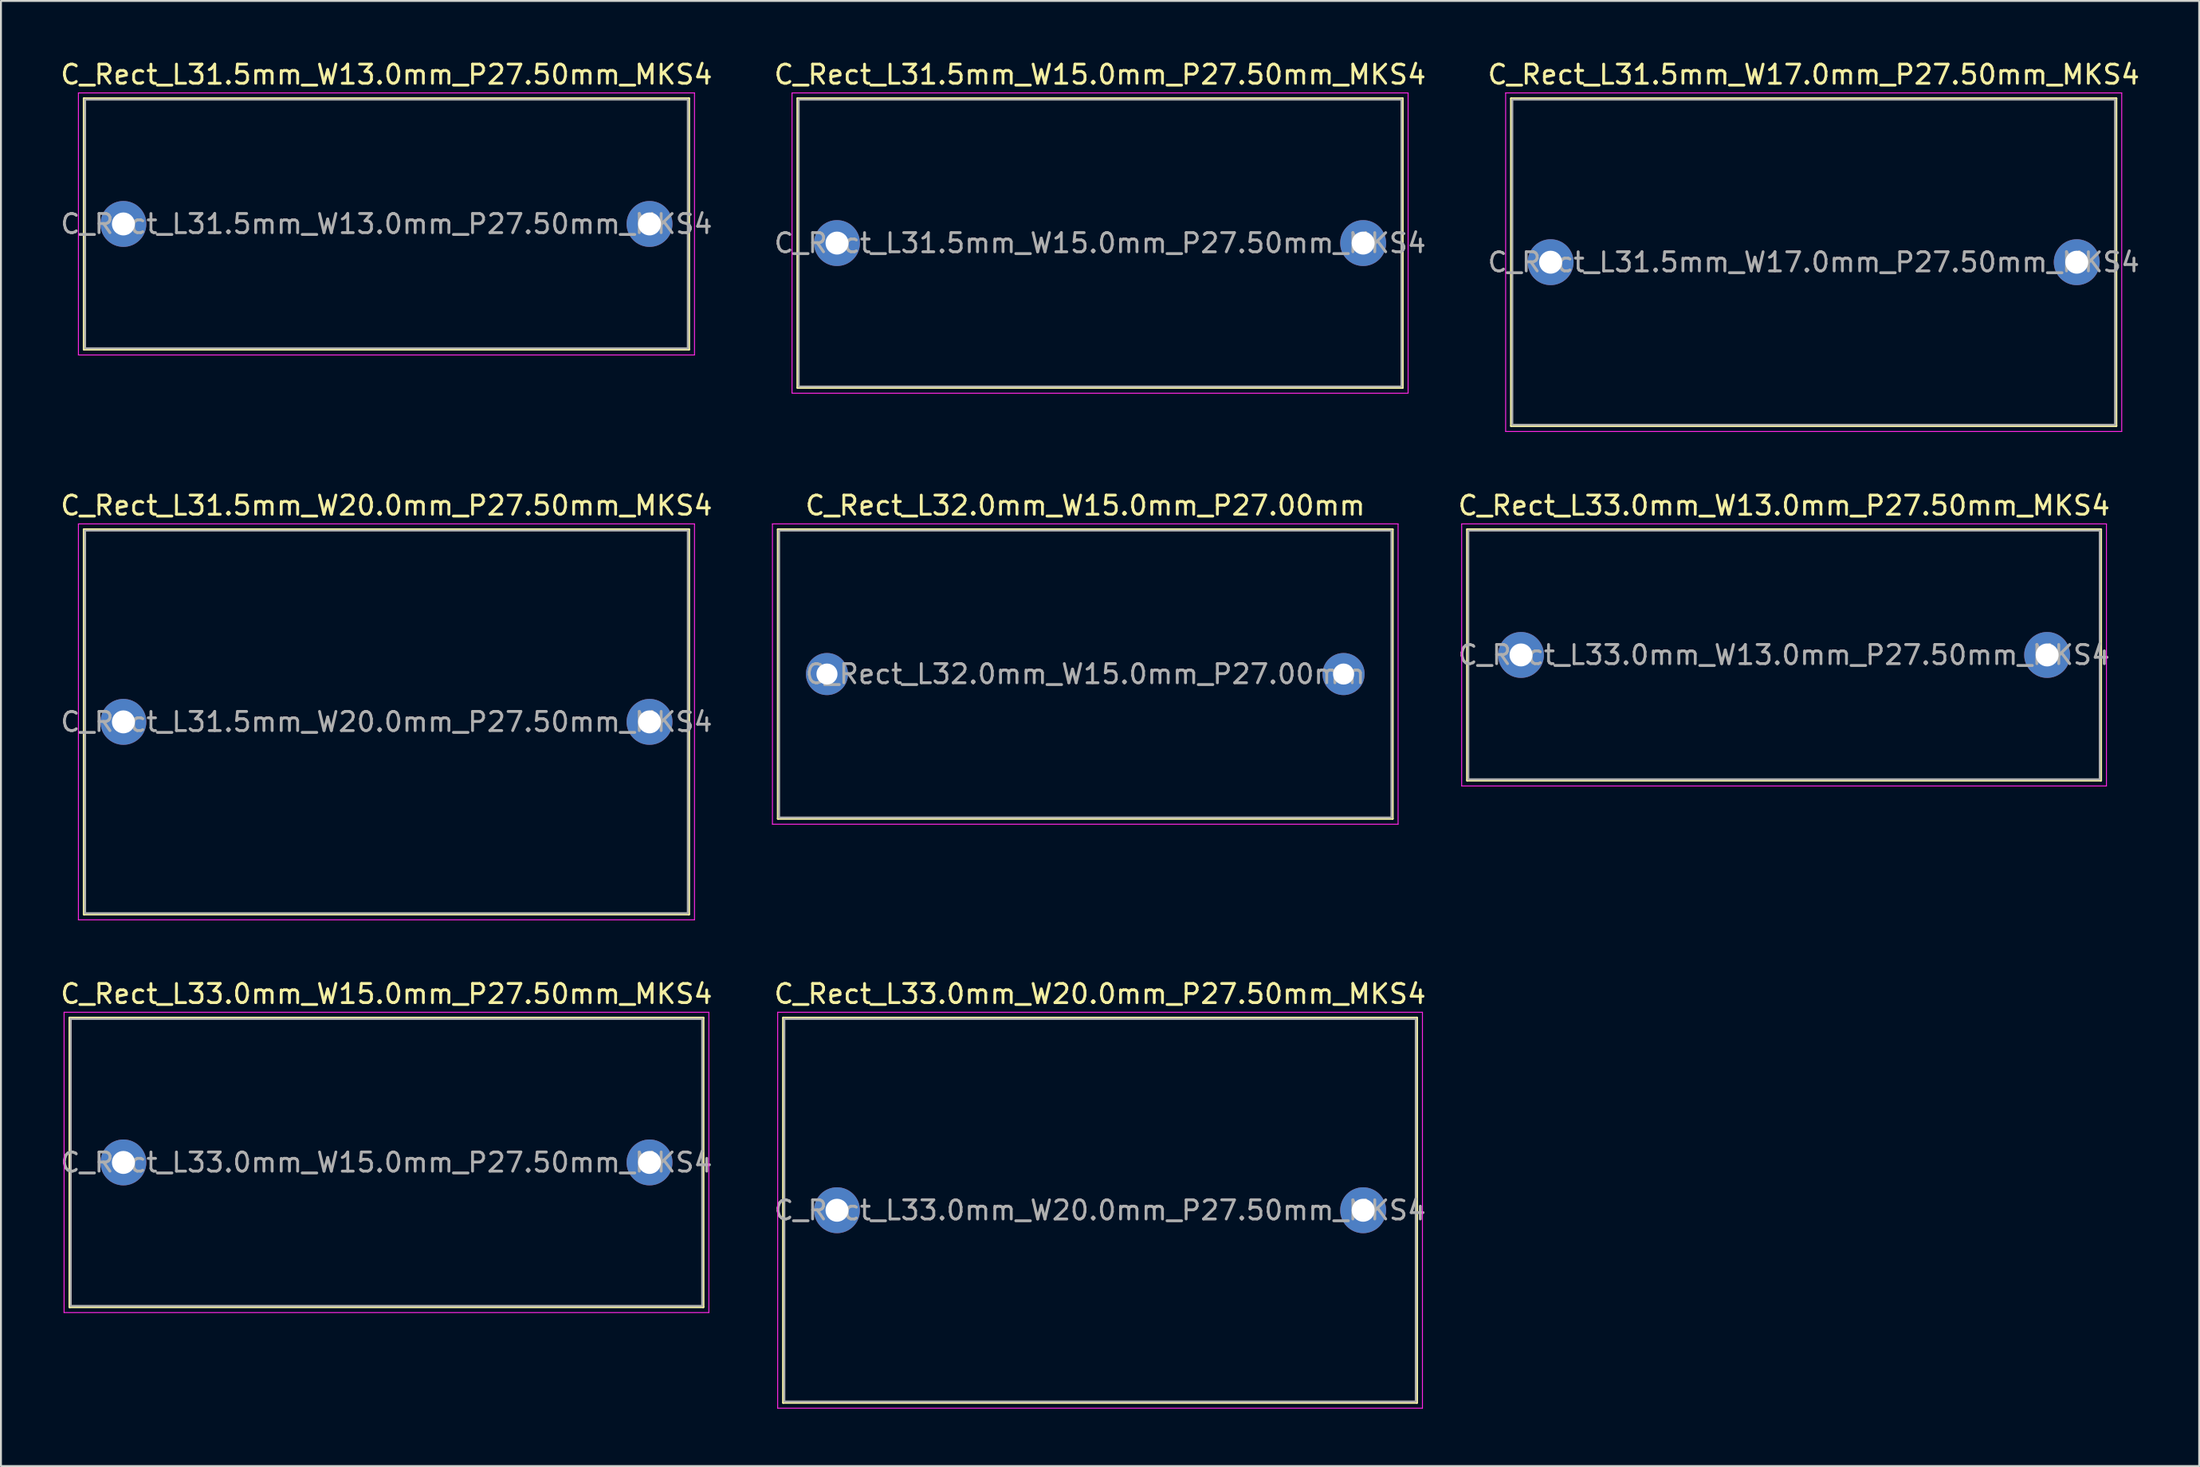
<source format=kicad_pcb>
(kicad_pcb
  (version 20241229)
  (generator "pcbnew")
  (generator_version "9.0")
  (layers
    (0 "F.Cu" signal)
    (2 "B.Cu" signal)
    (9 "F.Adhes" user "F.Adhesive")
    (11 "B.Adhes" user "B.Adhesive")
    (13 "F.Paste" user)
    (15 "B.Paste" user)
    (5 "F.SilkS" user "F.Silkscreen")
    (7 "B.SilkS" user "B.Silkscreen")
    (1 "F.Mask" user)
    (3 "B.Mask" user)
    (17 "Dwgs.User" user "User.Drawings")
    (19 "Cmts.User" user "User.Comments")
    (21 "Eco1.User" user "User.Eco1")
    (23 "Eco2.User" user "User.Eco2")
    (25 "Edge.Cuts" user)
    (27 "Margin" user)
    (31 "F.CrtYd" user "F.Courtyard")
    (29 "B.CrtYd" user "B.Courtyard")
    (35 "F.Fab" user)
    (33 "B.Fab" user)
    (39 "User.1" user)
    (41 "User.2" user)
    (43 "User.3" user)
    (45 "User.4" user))
  (footprint "C_Rect_L32.0mm_W15.0mm_P27.00mm"
    (layer "F.Cu")
    (at 40.173 32.191)
    (property "Reference" "C_Rect_L32.0mm_W15.0mm_P27.00mm" (at 13.5 -8.81 0) (layer "F.SilkS") (effects (font (size 1 1) (thickness 0.15))))
    (attr through_hole)
    (fp_line (start -2.56 -7.56) (end -2.56 7.56) (stroke (width 0.12) (type solid)) (layer "F.SilkS"))
    (fp_line (start -2.56 -7.56) (end 29.56 -7.56) (stroke (width 0.12) (type solid)) (layer "F.SilkS"))
    (fp_line (start -2.56 7.56) (end 29.56 7.56) (stroke (width 0.12) (type solid)) (layer "F.SilkS"))
    (fp_line (start 29.56 -7.56) (end 29.56 7.56) (stroke (width 0.12) (type solid)) (layer "F.SilkS"))
    (fp_line (start -2.85 -7.85) (end -2.85 7.85) (stroke (width 0.05) (type solid)) (layer "F.CrtYd"))
    (fp_line (start -2.85 7.85) (end 29.85 7.85) (stroke (width 0.05) (type solid)) (layer "F.CrtYd"))
    (fp_line (start 29.85 -7.85) (end -2.85 -7.85) (stroke (width 0.05) (type solid)) (layer "F.CrtYd"))
    (fp_line (start 29.85 7.85) (end 29.85 -7.85) (stroke (width 0.05) (type solid)) (layer "F.CrtYd"))
    (fp_line (start -2.5 -7.5) (end -2.5 7.5) (stroke (width 0.1) (type solid)) (layer "F.Fab"))
    (fp_line (start -2.5 7.5) (end 29.5 7.5) (stroke (width 0.1) (type solid)) (layer "F.Fab"))
    (fp_line (start 29.5 -7.5) (end -2.5 -7.5) (stroke (width 0.1) (type solid)) (layer "F.Fab"))
    (fp_line (start 29.5 7.5) (end 29.5 -7.5) (stroke (width 0.1) (type solid)) (layer "F.Fab"))
    (fp_text user "${REFERENCE}" (at 13.5 0 0) (layer "F.Fab") (effects (font (size 1 1) (thickness 0.15))))
    (pad "1" thru_hole circle (at 0 0) (size 2.2 2.2) (drill 1.1) (layers "*.Cu" "*.Mask"))
    (pad "2" thru_hole circle (at 27 0) (size 2.2 2.2) (drill 1.1) (layers "*.Cu" "*.Mask")))
  (footprint "C_Rect_L33.0mm_W20.0mm_P27.50mm_MKS4"
    (layer "F.Cu")
    (at 40.696 60.225)
    (property "Reference" "C_Rect_L33.0mm_W20.0mm_P27.50mm_MKS4" (at 13.75 -11.31 0) (layer "F.SilkS") (effects (font (size 1 1) (thickness 0.15))))
    (attr through_hole)
    (fp_line (start -2.81 -10.06) (end -2.81 10.06) (stroke (width 0.12) (type solid)) (layer "F.SilkS"))
    (fp_line (start -2.81 -10.06) (end 30.31 -10.06) (stroke (width 0.12) (type solid)) (layer "F.SilkS"))
    (fp_line (start -2.81 10.06) (end 30.31 10.06) (stroke (width 0.12) (type solid)) (layer "F.SilkS"))
    (fp_line (start 30.31 -10.06) (end 30.31 10.06) (stroke (width 0.12) (type solid)) (layer "F.SilkS"))
    (fp_line (start -3.1 -10.35) (end -3.1 10.35) (stroke (width 0.05) (type solid)) (layer "F.CrtYd"))
    (fp_line (start -3.1 10.35) (end 30.6 10.35) (stroke (width 0.05) (type solid)) (layer "F.CrtYd"))
    (fp_line (start 30.6 -10.35) (end -3.1 -10.35) (stroke (width 0.05) (type solid)) (layer "F.CrtYd"))
    (fp_line (start 30.6 10.35) (end 30.6 -10.35) (stroke (width 0.05) (type solid)) (layer "F.CrtYd"))
    (fp_line (start -2.75 -10) (end -2.75 10) (stroke (width 0.1) (type solid)) (layer "F.Fab"))
    (fp_line (start -2.75 10) (end 30.25 10) (stroke (width 0.1) (type solid)) (layer "F.Fab"))
    (fp_line (start 30.25 -10) (end -2.75 -10) (stroke (width 0.1) (type solid)) (layer "F.Fab"))
    (fp_line (start 30.25 10) (end 30.25 -10) (stroke (width 0.1) (type solid)) (layer "F.Fab"))
    (fp_text user "${REFERENCE}" (at 13.75 0 0) (layer "F.Fab") (effects (font (size 1 1) (thickness 0.15))))
    (pad "1" thru_hole circle (at 0 0) (size 2.4 2.4) (drill 1.2) (layers "*.Cu" "*.Mask"))
    (pad "2" thru_hole circle (at 27.5 0) (size 2.4 2.4) (drill 1.2) (layers "*.Cu" "*.Mask")))
  (footprint "C_Rect_L33.0mm_W13.0mm_P27.50mm_MKS4"
    (layer "F.Cu")
    (at 76.446 31.192)
    (property "Reference" "C_Rect_L33.0mm_W13.0mm_P27.50mm_MKS4" (at 13.75 -7.81 0) (layer "F.SilkS") (effects (font (size 1 1) (thickness 0.15))))
    (attr through_hole)
    (fp_line (start -2.81 -6.56) (end -2.81 6.56) (stroke (width 0.12) (type solid)) (layer "F.SilkS"))
    (fp_line (start -2.81 -6.56) (end 30.31 -6.56) (stroke (width 0.12) (type solid)) (layer "F.SilkS"))
    (fp_line (start -2.81 6.56) (end 30.31 6.56) (stroke (width 0.12) (type solid)) (layer "F.SilkS"))
    (fp_line (start 30.31 -6.56) (end 30.31 6.56) (stroke (width 0.12) (type solid)) (layer "F.SilkS"))
    (fp_line (start -3.1 -6.85) (end -3.1 6.85) (stroke (width 0.05) (type solid)) (layer "F.CrtYd"))
    (fp_line (start -3.1 6.85) (end 30.6 6.85) (stroke (width 0.05) (type solid)) (layer "F.CrtYd"))
    (fp_line (start 30.6 -6.85) (end -3.1 -6.85) (stroke (width 0.05) (type solid)) (layer "F.CrtYd"))
    (fp_line (start 30.6 6.85) (end 30.6 -6.85) (stroke (width 0.05) (type solid)) (layer "F.CrtYd"))
    (fp_line (start -2.75 -6.5) (end -2.75 6.5) (stroke (width 0.1) (type solid)) (layer "F.Fab"))
    (fp_line (start -2.75 6.5) (end 30.25 6.5) (stroke (width 0.1) (type solid)) (layer "F.Fab"))
    (fp_line (start 30.25 -6.5) (end -2.75 -6.5) (stroke (width 0.1) (type solid)) (layer "F.Fab"))
    (fp_line (start 30.25 6.5) (end 30.25 -6.5) (stroke (width 0.1) (type solid)) (layer "F.Fab"))
    (fp_text user "${REFERENCE}" (at 13.75 0 0) (layer "F.Fab") (effects (font (size 1 1) (thickness 0.15))))
    (pad "1" thru_hole circle (at 0 0) (size 2.4 2.4) (drill 1.2) (layers "*.Cu" "*.Mask"))
    (pad "2" thru_hole circle (at 27.5 0) (size 2.4 2.4) (drill 1.2) (layers "*.Cu" "*.Mask")))
  (footprint "C_Rect_L31.5mm_W20.0mm_P27.50mm_MKS4"
    (layer "F.Cu")
    (at 3.399 34.691)
    (property "Reference" "C_Rect_L31.5mm_W20.0mm_P27.50mm_MKS4" (at 13.75 -11.31 0) (layer "F.SilkS") (effects (font (size 1 1) (thickness 0.15))))
    (attr through_hole)
    (fp_line (start -2.06 -10.06) (end -2.06 10.06) (stroke (width 0.12) (type solid)) (layer "F.SilkS"))
    (fp_line (start -2.06 -10.06) (end 29.56 -10.06) (stroke (width 0.12) (type solid)) (layer "F.SilkS"))
    (fp_line (start -2.06 10.06) (end 29.56 10.06) (stroke (width 0.12) (type solid)) (layer "F.SilkS"))
    (fp_line (start 29.56 -10.06) (end 29.56 10.06) (stroke (width 0.12) (type solid)) (layer "F.SilkS"))
    (fp_line (start -2.35 -10.35) (end -2.35 10.35) (stroke (width 0.05) (type solid)) (layer "F.CrtYd"))
    (fp_line (start -2.35 10.35) (end 29.85 10.35) (stroke (width 0.05) (type solid)) (layer "F.CrtYd"))
    (fp_line (start 29.85 -10.35) (end -2.35 -10.35) (stroke (width 0.05) (type solid)) (layer "F.CrtYd"))
    (fp_line (start 29.85 10.35) (end 29.85 -10.35) (stroke (width 0.05) (type solid)) (layer "F.CrtYd"))
    (fp_line (start -2 -10) (end -2 10) (stroke (width 0.1) (type solid)) (layer "F.Fab"))
    (fp_line (start -2 10) (end 29.5 10) (stroke (width 0.1) (type solid)) (layer "F.Fab"))
    (fp_line (start 29.5 -10) (end -2 -10) (stroke (width 0.1) (type solid)) (layer "F.Fab"))
    (fp_line (start 29.5 10) (end 29.5 -10) (stroke (width 0.1) (type solid)) (layer "F.Fab"))
    (fp_text user "${REFERENCE}" (at 13.75 0 0) (layer "F.Fab") (effects (font (size 1 1) (thickness 0.15))))
    (pad "1" thru_hole circle (at 0 0) (size 2.4 2.4) (drill 1.2) (layers "*.Cu" "*.Mask"))
    (pad "2" thru_hole circle (at 27.5 0) (size 2.4 2.4) (drill 1.2) (layers "*.Cu" "*.Mask")))
  (footprint "C_Rect_L31.5mm_W17.0mm_P27.50mm_MKS4"
    (layer "F.Cu")
    (at 77.994 10.658)
    (property "Reference" "C_Rect_L31.5mm_W17.0mm_P27.50mm_MKS4" (at 13.75 -9.81 0) (layer "F.SilkS") (effects (font (size 1 1) (thickness 0.15))))
    (attr through_hole)
    (fp_line (start -2.06 -8.56) (end -2.06 8.56) (stroke (width 0.12) (type solid)) (layer "F.SilkS"))
    (fp_line (start -2.06 -8.56) (end 29.56 -8.56) (stroke (width 0.12) (type solid)) (layer "F.SilkS"))
    (fp_line (start -2.06 8.56) (end 29.56 8.56) (stroke (width 0.12) (type solid)) (layer "F.SilkS"))
    (fp_line (start 29.56 -8.56) (end 29.56 8.56) (stroke (width 0.12) (type solid)) (layer "F.SilkS"))
    (fp_line (start -2.35 -8.85) (end -2.35 8.85) (stroke (width 0.05) (type solid)) (layer "F.CrtYd"))
    (fp_line (start -2.35 8.85) (end 29.85 8.85) (stroke (width 0.05) (type solid)) (layer "F.CrtYd"))
    (fp_line (start 29.85 -8.85) (end -2.35 -8.85) (stroke (width 0.05) (type solid)) (layer "F.CrtYd"))
    (fp_line (start 29.85 8.85) (end 29.85 -8.85) (stroke (width 0.05) (type solid)) (layer "F.CrtYd"))
    (fp_line (start -2 -8.5) (end -2 8.5) (stroke (width 0.1) (type solid)) (layer "F.Fab"))
    (fp_line (start -2 8.5) (end 29.5 8.5) (stroke (width 0.1) (type solid)) (layer "F.Fab"))
    (fp_line (start 29.5 -8.5) (end -2 -8.5) (stroke (width 0.1) (type solid)) (layer "F.Fab"))
    (fp_line (start 29.5 8.5) (end 29.5 -8.5) (stroke (width 0.1) (type solid)) (layer "F.Fab"))
    (fp_text user "${REFERENCE}" (at 13.75 0 0) (layer "F.Fab") (effects (font (size 1 1) (thickness 0.15))))
    (pad "1" thru_hole circle (at 0 0) (size 2.4 2.4) (drill 1.2) (layers "*.Cu" "*.Mask"))
    (pad "2" thru_hole circle (at 27.5 0) (size 2.4 2.4) (drill 1.2) (layers "*.Cu" "*.Mask")))
  (footprint "C_Rect_L31.5mm_W13.0mm_P27.50mm_MKS4"
    (layer "F.Cu")
    (at 3.399 8.658)
    (property "Reference" "C_Rect_L31.5mm_W13.0mm_P27.50mm_MKS4" (at 13.75 -7.81 0) (layer "F.SilkS") (effects (font (size 1 1) (thickness 0.15))))
    (attr through_hole)
    (fp_line (start -2.06 -6.56) (end -2.06 6.56) (stroke (width 0.12) (type solid)) (layer "F.SilkS"))
    (fp_line (start -2.06 -6.56) (end 29.56 -6.56) (stroke (width 0.12) (type solid)) (layer "F.SilkS"))
    (fp_line (start -2.06 6.56) (end 29.56 6.56) (stroke (width 0.12) (type solid)) (layer "F.SilkS"))
    (fp_line (start 29.56 -6.56) (end 29.56 6.56) (stroke (width 0.12) (type solid)) (layer "F.SilkS"))
    (fp_line (start -2.35 -6.85) (end -2.35 6.85) (stroke (width 0.05) (type solid)) (layer "F.CrtYd"))
    (fp_line (start -2.35 6.85) (end 29.85 6.85) (stroke (width 0.05) (type solid)) (layer "F.CrtYd"))
    (fp_line (start 29.85 -6.85) (end -2.35 -6.85) (stroke (width 0.05) (type solid)) (layer "F.CrtYd"))
    (fp_line (start 29.85 6.85) (end 29.85 -6.85) (stroke (width 0.05) (type solid)) (layer "F.CrtYd"))
    (fp_line (start -2 -6.5) (end -2 6.5) (stroke (width 0.1) (type solid)) (layer "F.Fab"))
    (fp_line (start -2 6.5) (end 29.5 6.5) (stroke (width 0.1) (type solid)) (layer "F.Fab"))
    (fp_line (start 29.5 -6.5) (end -2 -6.5) (stroke (width 0.1) (type solid)) (layer "F.Fab"))
    (fp_line (start 29.5 6.5) (end 29.5 -6.5) (stroke (width 0.1) (type solid)) (layer "F.Fab"))
    (fp_text user "${REFERENCE}" (at 13.75 0 0) (layer "F.Fab") (effects (font (size 1 1) (thickness 0.15))))
    (pad "1" thru_hole circle (at 0 0) (size 2.4 2.4) (drill 1.2) (layers "*.Cu" "*.Mask"))
    (pad "2" thru_hole circle (at 27.5 0) (size 2.4 2.4) (drill 1.2) (layers "*.Cu" "*.Mask")))
  (footprint "C_Rect_L33.0mm_W15.0mm_P27.50mm_MKS4"
    (layer "F.Cu")
    (at 3.399 57.725)
    (property "Reference" "C_Rect_L33.0mm_W15.0mm_P27.50mm_MKS4" (at 13.75 -8.81 0) (layer "F.SilkS") (effects (font (size 1 1) (thickness 0.15))))
    (attr through_hole)
    (fp_line (start -2.81 -7.56) (end -2.81 7.56) (stroke (width 0.12) (type solid)) (layer "F.SilkS"))
    (fp_line (start -2.81 -7.56) (end 30.31 -7.56) (stroke (width 0.12) (type solid)) (layer "F.SilkS"))
    (fp_line (start -2.81 7.56) (end 30.31 7.56) (stroke (width 0.12) (type solid)) (layer "F.SilkS"))
    (fp_line (start 30.31 -7.56) (end 30.31 7.56) (stroke (width 0.12) (type solid)) (layer "F.SilkS"))
    (fp_line (start -3.1 -7.85) (end -3.1 7.85) (stroke (width 0.05) (type solid)) (layer "F.CrtYd"))
    (fp_line (start -3.1 7.85) (end 30.6 7.85) (stroke (width 0.05) (type solid)) (layer "F.CrtYd"))
    (fp_line (start 30.6 -7.85) (end -3.1 -7.85) (stroke (width 0.05) (type solid)) (layer "F.CrtYd"))
    (fp_line (start 30.6 7.85) (end 30.6 -7.85) (stroke (width 0.05) (type solid)) (layer "F.CrtYd"))
    (fp_line (start -2.75 -7.5) (end -2.75 7.5) (stroke (width 0.1) (type solid)) (layer "F.Fab"))
    (fp_line (start -2.75 7.5) (end 30.25 7.5) (stroke (width 0.1) (type solid)) (layer "F.Fab"))
    (fp_line (start 30.25 -7.5) (end -2.75 -7.5) (stroke (width 0.1) (type solid)) (layer "F.Fab"))
    (fp_line (start 30.25 7.5) (end 30.25 -7.5) (stroke (width 0.1) (type solid)) (layer "F.Fab"))
    (fp_text user "${REFERENCE}" (at 13.75 0 0) (layer "F.Fab") (effects (font (size 1 1) (thickness 0.15))))
    (pad "1" thru_hole circle (at 0 0) (size 2.4 2.4) (drill 1.2) (layers "*.Cu" "*.Mask"))
    (pad "2" thru_hole circle (at 27.5 0) (size 2.4 2.4) (drill 1.2) (layers "*.Cu" "*.Mask")))
  (footprint "C_Rect_L31.5mm_W15.0mm_P27.50mm_MKS4"
    (layer "F.Cu")
    (at 40.696 9.658)
    (property "Reference" "C_Rect_L31.5mm_W15.0mm_P27.50mm_MKS4" (at 13.75 -8.81 0) (layer "F.SilkS") (effects (font (size 1 1) (thickness 0.15))))
    (attr through_hole)
    (fp_line (start -2.06 -7.56) (end -2.06 7.56) (stroke (width 0.12) (type solid)) (layer "F.SilkS"))
    (fp_line (start -2.06 -7.56) (end 29.56 -7.56) (stroke (width 0.12) (type solid)) (layer "F.SilkS"))
    (fp_line (start -2.06 7.56) (end 29.56 7.56) (stroke (width 0.12) (type solid)) (layer "F.SilkS"))
    (fp_line (start 29.56 -7.56) (end 29.56 7.56) (stroke (width 0.12) (type solid)) (layer "F.SilkS"))
    (fp_line (start -2.35 -7.85) (end -2.35 7.85) (stroke (width 0.05) (type solid)) (layer "F.CrtYd"))
    (fp_line (start -2.35 7.85) (end 29.85 7.85) (stroke (width 0.05) (type solid)) (layer "F.CrtYd"))
    (fp_line (start 29.85 -7.85) (end -2.35 -7.85) (stroke (width 0.05) (type solid)) (layer "F.CrtYd"))
    (fp_line (start 29.85 7.85) (end 29.85 -7.85) (stroke (width 0.05) (type solid)) (layer "F.CrtYd"))
    (fp_line (start -2 -7.5) (end -2 7.5) (stroke (width 0.1) (type solid)) (layer "F.Fab"))
    (fp_line (start -2 7.5) (end 29.5 7.5) (stroke (width 0.1) (type solid)) (layer "F.Fab"))
    (fp_line (start 29.5 -7.5) (end -2 -7.5) (stroke (width 0.1) (type solid)) (layer "F.Fab"))
    (fp_line (start 29.5 7.5) (end 29.5 -7.5) (stroke (width 0.1) (type solid)) (layer "F.Fab"))
    (fp_text user "${REFERENCE}" (at 13.75 0 0) (layer "F.Fab") (effects (font (size 1 1) (thickness 0.15))))
    (pad "1" thru_hole circle (at 0 0) (size 2.4 2.4) (drill 1.2) (layers "*.Cu" "*.Mask"))
    (pad "2" thru_hole circle (at 27.5 0) (size 2.4 2.4) (drill 1.2) (layers "*.Cu" "*.Mask")))
  (gr_rect
    (start -3 -3)
    (end 111.893 73.6)
    (stroke (width 0.1) (type default))
    (fill no)
    (layer "Edge.Cuts")))
</source>
